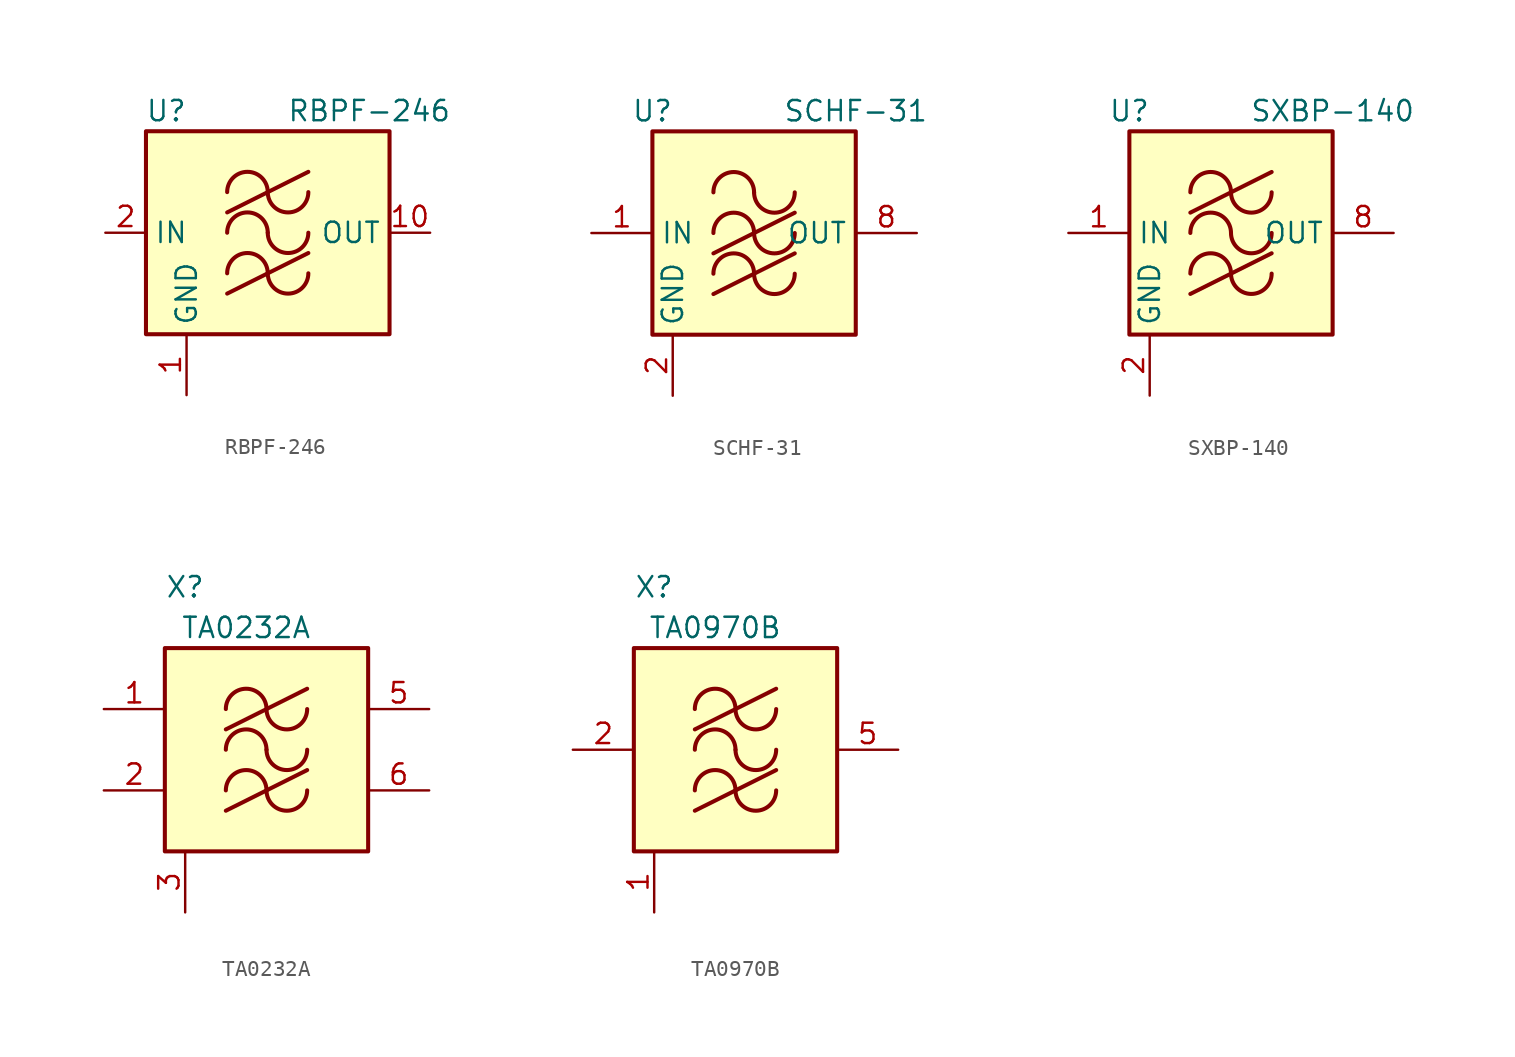
<source format=kicad_sym>
(kicad_symbol_lib
  (version 20220914)
  (generator kicad_symbol_editor)
  (symbol "RBPF-246"
    (property "Reference" "U"
      (at -6.35 7.62 0)
      (effects (font (size 1.27 1.27))))
    (property "Value" "RBPF-246"
      (at 6.35 7.62 0)
      (effects (font (size 1.27 1.27))))
    (symbol "RBPF-246_0_1"
      (rectangle (start -7.62 6.35) (end 7.62 -6.35) (stroke (width 0.254) (type default)) (fill (type background)))
      (arc (start 0 -2.54) (mid -1.27 -1.2755) (end -2.54 -2.54) (stroke (width 0.254) (type default)) (fill (type none)))
      (arc (start 0 -2.54) (mid 1.27 -3.8045) (end 2.54 -2.54) (stroke (width 0.254) (type default)) (fill (type none)))
      (arc (start 0 0) (mid -1.27 1.2645) (end -2.54 0) (stroke (width 0.254) (type default)) (fill (type none)))
      (polyline (pts (xy -2.54 -3.81) (xy 2.54 -1.27)) (stroke (width 0.254) (type default)) (fill (type none)))
      (polyline (pts (xy -2.54 1.27) (xy 2.54 3.81)) (stroke (width 0.254) (type default)) (fill (type none)))
      (arc (start 0 0) (mid 1.27 -1.2645) (end 2.54 0) (stroke (width 0.254) (type default)) (fill (type none)))
      (arc (start 0 2.54) (mid -1.27 3.8045) (end -2.54 2.54) (stroke (width 0.254) (type default)) (fill (type none)))
      (arc (start 0 2.54) (mid 1.27 1.2755) (end 2.54 2.54) (stroke (width 0.254) (type default)) (fill (type none))))
    (symbol "RBPF-246_1_1"
      (pin power_in line (at -5.08 -10.16 90) (length 3.81) (name "GND" (effects (font (size 1.27 1.27)))) (number "1" (effects (font (size 1.27 1.27)))))
      (pin output line (at 10.16 0 180) (length 2.54) (name "OUT" (effects (font (size 1.27 1.27)))) (number "10" (effects (font (size 1.27 1.27)))))
      (pin passive line (at -5.08 -10.16 90) (length 3.81) hide (name "GND" (effects (font (size 1.27 1.27)))) (number "11" (effects (font (size 1.27 1.27)))))
      (pin passive line (at -5.08 -10.16 90) (length 3.81) hide (name "GND" (effects (font (size 1.27 1.27)))) (number "12" (effects (font (size 1.27 1.27)))))
      (pin passive line (at -5.08 -10.16 90) (length 3.81) hide (name "GND" (effects (font (size 1.27 1.27)))) (number "13" (effects (font (size 1.27 1.27)))))
      (pin no_connect line (at 7.62 -2.54 180) (length 2.54) hide (name "NC" (effects (font (size 1.27 1.27)))) (number "14" (effects (font (size 1.27 1.27)))))
      (pin passive line (at -5.08 -10.16 90) (length 3.81) hide (name "GND" (effects (font (size 1.27 1.27)))) (number "15" (effects (font (size 1.27 1.27)))))
      (pin passive line (at -5.08 -10.16 90) (length 3.81) hide (name "GND" (effects (font (size 1.27 1.27)))) (number "16" (effects (font (size 1.27 1.27)))))
      (pin input line (at -10.16 0 0) (length 2.54) (name "IN" (effects (font (size 1.27 1.27)))) (number "2" (effects (font (size 1.27 1.27)))))
      (pin passive line (at -5.08 -10.16 90) (length 3.81) hide (name "GND" (effects (font (size 1.27 1.27)))) (number "3" (effects (font (size 1.27 1.27)))))
      (pin passive line (at -5.08 -10.16 90) (length 3.81) hide (name "GND" (effects (font (size 1.27 1.27)))) (number "4" (effects (font (size 1.27 1.27)))))
      (pin passive line (at -5.08 -10.16 90) (length 3.81) hide (name "GND" (effects (font (size 1.27 1.27)))) (number "5" (effects (font (size 1.27 1.27)))))
      (pin passive line (at -5.08 -10.16 90) (length 3.81) hide (name "GND" (effects (font (size 1.27 1.27)))) (number "6" (effects (font (size 1.27 1.27)))))
      (pin passive line (at -5.08 -10.16 90) (length 3.81) hide (name "GND" (effects (font (size 1.27 1.27)))) (number "7" (effects (font (size 1.27 1.27)))))
      (pin passive line (at -5.08 -10.16 90) (length 3.81) hide (name "GND" (effects (font (size 1.27 1.27)))) (number "8" (effects (font (size 1.27 1.27)))))
      (pin passive line (at -5.08 -10.16 90) (length 3.81) hide (name "GND" (effects (font (size 1.27 1.27)))) (number "9" (effects (font (size 1.27 1.27)))))))
  (symbol "SCHF-31"
    (property "Reference" "U"
      (at -6.35 7.62 0)
      (effects (font (size 1.27 1.27))))
    (property "Value" "SCHF-31"
      (at 6.35 7.62 0)
      (effects (font (size 1.27 1.27))))
    (symbol "SCHF-31_0_1"
      (rectangle (start -6.35 6.35) (end 6.35 -6.35) (stroke (width 0.254) (type default)) (fill (type background)))
      (arc (start 0 -2.54) (mid -1.27 -1.2755) (end -2.54 -2.54) (stroke (width 0.254) (type default)) (fill (type none)))
      (arc (start 0 -2.54) (mid 1.27 -3.8045) (end 2.54 -2.54) (stroke (width 0.254) (type default)) (fill (type none)))
      (arc (start 0 0) (mid -1.27 1.2645) (end -2.54 0) (stroke (width 0.254) (type default)) (fill (type none)))
      (polyline (pts (xy -2.54 -3.81) (xy 2.54 -1.27)) (stroke (width 0.254) (type default)) (fill (type none)))
      (polyline (pts (xy -2.54 -1.27) (xy 2.54 1.27)) (stroke (width 0.254) (type default)) (fill (type none)))
      (arc (start 0 0) (mid 1.27 -1.2645) (end 2.54 0) (stroke (width 0.254) (type default)) (fill (type none)))
      (arc (start 0 2.54) (mid -1.27 3.8045) (end -2.54 2.54) (stroke (width 0.254) (type default)) (fill (type none)))
      (arc (start 0 2.54) (mid 1.27 1.2755) (end 2.54 2.54) (stroke (width 0.254) (type default)) (fill (type none))))
    (symbol "SCHF-31_1_1"
      (pin input line (at -10.16 0 0) (length 3.81) (name "IN" (effects (font (size 1.27 1.27)))) (number "1" (effects (font (size 1.27 1.27)))))
      (pin power_in line (at -5.08 -10.16 90) (length 3.81) (name "GND" (effects (font (size 1.27 1.27)))) (number "2" (effects (font (size 1.27 1.27)))))
      (pin passive line (at -5.08 -10.16 90) (length 3.81) hide (name "GND" (effects (font (size 1.27 1.27)))) (number "3" (effects (font (size 1.27 1.27)))))
      (pin passive line (at -5.08 -10.16 90) (length 3.81) hide (name "GND" (effects (font (size 1.27 1.27)))) (number "4" (effects (font (size 1.27 1.27)))))
      (pin passive line (at -5.08 -10.16 90) (length 3.81) hide (name "GND" (effects (font (size 1.27 1.27)))) (number "5" (effects (font (size 1.27 1.27)))))
      (pin passive line (at -5.08 -10.16 90) (length 3.81) hide (name "GND" (effects (font (size 1.27 1.27)))) (number "6" (effects (font (size 1.27 1.27)))))
      (pin passive line (at -5.08 -10.16 90) (length 3.81) hide (name "GND" (effects (font (size 1.27 1.27)))) (number "7" (effects (font (size 1.27 1.27)))))
      (pin output line (at 10.16 0 180) (length 3.81) (name "OUT" (effects (font (size 1.27 1.27)))) (number "8" (effects (font (size 1.27 1.27)))))))
  (symbol "SXBP-140"
    (property "Reference" "U"
      (at -6.35 7.62 0)
      (effects (font (size 1.27 1.27))))
    (property "Value" "SXBP-140"
      (at 6.35 7.62 0)
      (effects (font (size 1.27 1.27))))
    (symbol "SXBP-140_0_1"
      (rectangle (start -6.35 6.35) (end 6.35 -6.35) (stroke (width 0.254) (type default)) (fill (type background)))
      (arc (start 0 -2.54) (mid -1.27 -1.2755) (end -2.54 -2.54) (stroke (width 0.254) (type default)) (fill (type none)))
      (arc (start 0 -2.54) (mid 1.27 -3.8045) (end 2.54 -2.54) (stroke (width 0.254) (type default)) (fill (type none)))
      (arc (start 0 0) (mid -1.27 1.2645) (end -2.54 0) (stroke (width 0.254) (type default)) (fill (type none)))
      (polyline (pts (xy -2.54 -3.81) (xy 2.54 -1.27)) (stroke (width 0.254) (type default)) (fill (type none)))
      (polyline (pts (xy -2.54 1.27) (xy 2.54 3.81)) (stroke (width 0.254) (type default)) (fill (type none)))
      (arc (start 0 0) (mid 1.27 -1.2645) (end 2.54 0) (stroke (width 0.254) (type default)) (fill (type none)))
      (arc (start 0 2.54) (mid -1.27 3.8045) (end -2.54 2.54) (stroke (width 0.254) (type default)) (fill (type none)))
      (arc (start 0 2.54) (mid 1.27 1.2755) (end 2.54 2.54) (stroke (width 0.254) (type default)) (fill (type none))))
    (symbol "SXBP-140_1_1"
      (pin input line (at -10.16 0 0) (length 3.81) (name "IN" (effects (font (size 1.27 1.27)))) (number "1" (effects (font (size 1.27 1.27)))))
      (pin power_in line (at -5.08 -10.16 90) (length 3.81) (name "GND" (effects (font (size 1.27 1.27)))) (number "2" (effects (font (size 1.27 1.27)))))
      (pin passive line (at -5.08 -10.16 90) (length 3.81) hide (name "GND" (effects (font (size 1.27 1.27)))) (number "3" (effects (font (size 1.27 1.27)))))
      (pin passive line (at -5.08 -10.16 90) (length 3.81) hide (name "GND" (effects (font (size 1.27 1.27)))) (number "4" (effects (font (size 1.27 1.27)))))
      (pin passive line (at -5.08 -10.16 90) (length 3.81) hide (name "GND" (effects (font (size 1.27 1.27)))) (number "5" (effects (font (size 1.27 1.27)))))
      (pin passive line (at -5.08 -10.16 90) (length 3.81) hide (name "GND" (effects (font (size 1.27 1.27)))) (number "6" (effects (font (size 1.27 1.27)))))
      (pin passive line (at -5.08 -10.16 90) (length 3.81) hide (name "GND" (effects (font (size 1.27 1.27)))) (number "7" (effects (font (size 1.27 1.27)))))
      (pin output line (at 10.16 0 180) (length 3.81) (name "OUT" (effects (font (size 1.27 1.27)))) (number "8" (effects (font (size 1.27 1.27)))))))
  (symbol "TA0232A"
    (pin_names hide)
    (property "Reference" "X"
      (at -5.08 10.16 0)
      (effects (font (size 1.27 1.27))))
    (property "Value" "TA0232A"
      (at -1.27 7.62 0)
      (effects (font (size 1.27 1.27))))
    (symbol "TA0232A_1_1"
      (rectangle (start -6.35 6.35) (end 6.35 -6.35) (stroke (width 0.254) (type default)) (fill (type background)))
      (arc (start 0 -2.54) (mid -1.27 -1.2755) (end -2.54 -2.54) (stroke (width 0.254) (type default)) (fill (type none)))
      (arc (start 0 -2.54) (mid 1.27 -3.8045) (end 2.54 -2.54) (stroke (width 0.254) (type default)) (fill (type none)))
      (arc (start 0 0) (mid -1.27 1.2645) (end -2.54 0) (stroke (width 0.254) (type default)) (fill (type none)))
      (polyline (pts (xy -2.54 -3.81) (xy 2.54 -1.27)) (stroke (width 0.254) (type default)) (fill (type none)))
      (polyline (pts (xy -2.54 1.27) (xy 2.54 3.81)) (stroke (width 0.254) (type default)) (fill (type none)))
      (arc (start 0 0) (mid 1.27 -1.2645) (end 2.54 0) (stroke (width 0.254) (type default)) (fill (type none)))
      (arc (start 0 2.54) (mid -1.27 3.8045) (end -2.54 2.54) (stroke (width 0.254) (type default)) (fill (type none)))
      (arc (start 0 2.54) (mid 1.27 1.2755) (end 2.54 2.54) (stroke (width 0.254) (type default)) (fill (type none)))
      (pin input line (at -10.16 2.54 0) (length 3.81) (name "IN_1" (effects (font (size 1.27 1.27)))) (number "1" (effects (font (size 1.27 1.27)))))
      (pin input line (at -10.16 -2.54 0) (length 3.81) (name "IN_2" (effects (font (size 1.27 1.27)))) (number "2" (effects (font (size 1.27 1.27)))))
      (pin power_in line (at -5.08 -10.16 90) (length 3.81) (name "GND" (effects (font (size 1.27 1.27)))) (number "3" (effects (font (size 1.27 1.27)))))
      (pin passive line (at -5.08 -10.16 90) (length 3.81) hide (name "GND" (effects (font (size 1.27 1.27)))) (number "4" (effects (font (size 1.27 1.27)))))
      (pin output line (at 10.16 2.54 180) (length 3.81) (name "OUT_1" (effects (font (size 1.27 1.27)))) (number "5" (effects (font (size 1.27 1.27)))))
      (pin output line (at 10.16 -2.54 180) (length 3.81) (name "OUT_2" (effects (font (size 1.27 1.27)))) (number "6" (effects (font (size 1.27 1.27)))))
      (pin passive line (at -5.08 -10.16 90) (length 3.81) hide (name "GND" (effects (font (size 1.27 1.27)))) (number "7" (effects (font (size 1.27 1.27)))))
      (pin passive line (at -5.08 -10.16 90) (length 3.81) hide (name "GND" (effects (font (size 1.27 1.27)))) (number "8" (effects (font (size 1.27 1.27)))))))
  (symbol "TA0970B"
    (pin_names hide)
    (property "Reference" "X"
      (at -5.08 10.16 0)
      (effects (font (size 1.27 1.27))))
    (property "Value" "TA0970B"
      (at -1.27 7.62 0)
      (effects (font (size 1.27 1.27))))
    (symbol "TA0970B_1_1"
      (rectangle (start -6.35 6.35) (end 6.35 -6.35) (stroke (width 0.254) (type default)) (fill (type background)))
      (arc (start 0 -2.54) (mid -1.27 -1.2755) (end -2.54 -2.54) (stroke (width 0.254) (type default)) (fill (type none)))
      (arc (start 0 -2.54) (mid 1.27 -3.8045) (end 2.54 -2.54) (stroke (width 0.254) (type default)) (fill (type none)))
      (arc (start 0 0) (mid -1.27 1.2645) (end -2.54 0) (stroke (width 0.254) (type default)) (fill (type none)))
      (polyline (pts (xy -2.54 -3.81) (xy 2.54 -1.27)) (stroke (width 0.254) (type default)) (fill (type none)))
      (polyline (pts (xy -2.54 1.27) (xy 2.54 3.81)) (stroke (width 0.254) (type default)) (fill (type none)))
      (arc (start 0 0) (mid 1.27 -1.2645) (end 2.54 0) (stroke (width 0.254) (type default)) (fill (type none)))
      (arc (start 0 2.54) (mid -1.27 3.8045) (end -2.54 2.54) (stroke (width 0.254) (type default)) (fill (type none)))
      (arc (start 0 2.54) (mid 1.27 1.2755) (end 2.54 2.54) (stroke (width 0.254) (type default)) (fill (type none)))
      (pin power_in line (at -5.08 -10.16 90) (length 3.81) (name "GND" (effects (font (size 1.27 1.27)))) (number "1" (effects (font (size 1.27 1.27)))))
      (pin input line (at -10.16 0 0) (length 3.81) (name "IN" (effects (font (size 1.27 1.27)))) (number "2" (effects (font (size 1.27 1.27)))))
      (pin passive line (at -5.08 -10.16 90) (length 3.81) hide (name "GND" (effects (font (size 1.27 1.27)))) (number "3" (effects (font (size 1.27 1.27)))))
      (pin passive line (at -5.08 -10.16 90) (length 3.81) hide (name "GND" (effects (font (size 1.27 1.27)))) (number "4" (effects (font (size 1.27 1.27)))))
      (pin output line (at 10.16 0 180) (length 3.81) (name "OUT" (effects (font (size 1.27 1.27)))) (number "5" (effects (font (size 1.27 1.27)))))
      (pin passive line (at -5.08 -10.16 90) (length 3.81) hide (name "GND" (effects (font (size 1.27 1.27)))) (number "6" (effects (font (size 1.27 1.27))))))))
</source>
